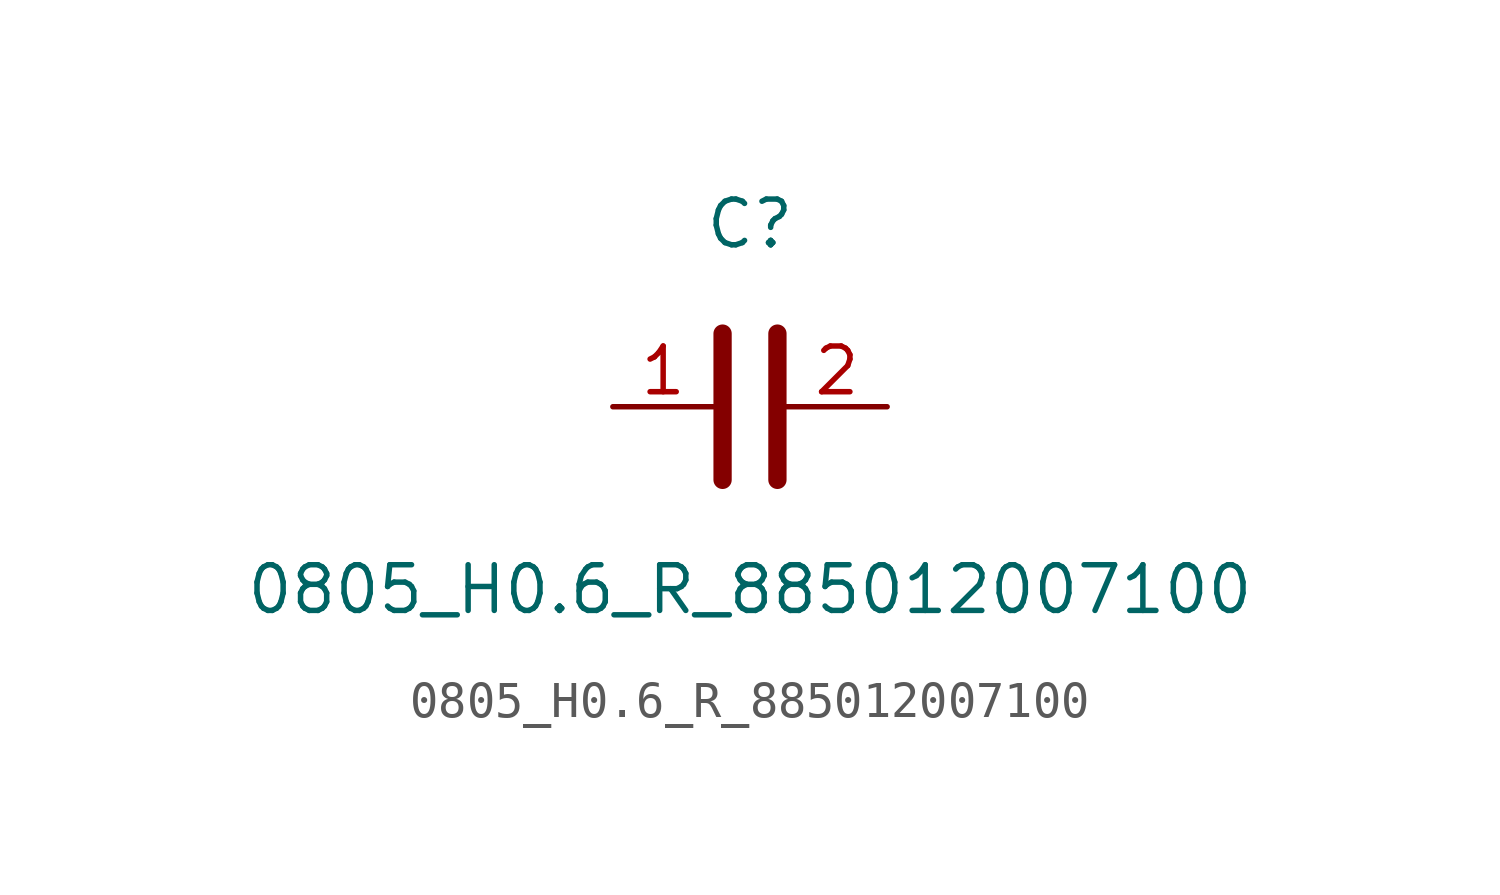
<source format=kicad_sym>
(kicad_symbol_lib
  (version 20220914)
  (generator kicad_symbol_editor)
  (symbol "0805_H0.6_R_885012007100"
    (pin_names hide)
    (property "Reference" "C"
      (at 0 5.08 0)
      (effects (font (size 1.27 1.27))))
    (property "Value" "0805_H0.6_R_885012007100"
      (at 0 -5.08 0)
      (effects (font (size 1.27 1.27))))
    (symbol "0805_H0.6_R_885012007100_0_1"
      (polyline (pts (xy -0.762 -2.032) (xy -0.762 2.032)) (stroke (width 0.508) (type default)) (fill (type none)))
      (polyline (pts (xy 0.762 -2.032) (xy 0.762 2.032)) (stroke (width 0.508) (type default)) (fill (type none))))
    (symbol "0805_H0.6_R_885012007100_1_1"
      (pin passive line (at -3.81 0 0) (length 2.794) (name "1" (effects (font (size 1.27 1.27)))) (number "1" (effects (font (size 1.27 1.27)))))
      (pin passive line (at 3.81 0 180) (length 2.794) (name "2" (effects (font (size 1.27 1.27)))) (number "2" (effects (font (size 1.27 1.27))))))))
</source>
